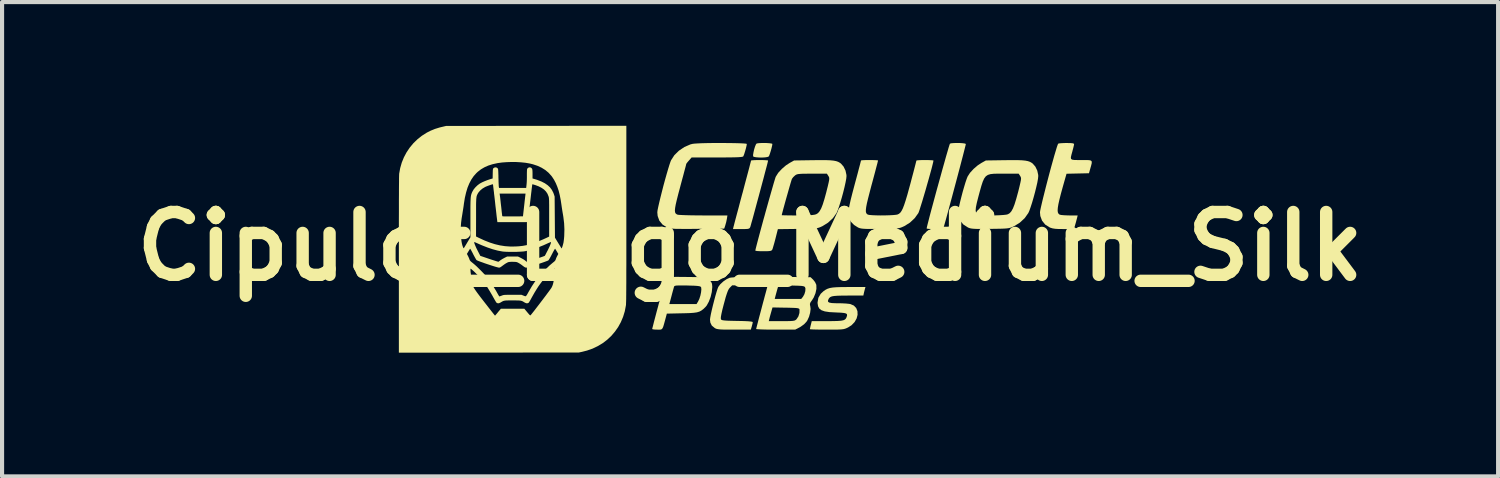
<source format=kicad_pcb>
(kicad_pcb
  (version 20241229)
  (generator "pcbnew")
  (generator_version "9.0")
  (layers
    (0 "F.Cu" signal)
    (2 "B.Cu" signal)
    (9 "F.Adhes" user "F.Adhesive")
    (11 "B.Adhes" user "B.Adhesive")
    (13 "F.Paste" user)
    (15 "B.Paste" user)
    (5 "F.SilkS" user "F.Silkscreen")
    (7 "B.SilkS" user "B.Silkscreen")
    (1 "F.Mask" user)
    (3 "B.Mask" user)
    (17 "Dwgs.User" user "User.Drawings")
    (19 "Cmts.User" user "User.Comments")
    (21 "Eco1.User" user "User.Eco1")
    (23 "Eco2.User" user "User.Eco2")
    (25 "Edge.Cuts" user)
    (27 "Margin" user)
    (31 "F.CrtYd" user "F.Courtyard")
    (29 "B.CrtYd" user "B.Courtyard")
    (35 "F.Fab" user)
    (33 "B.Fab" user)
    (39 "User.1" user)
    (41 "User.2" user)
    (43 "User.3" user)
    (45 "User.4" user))
  (footprint "Cipulot_Logo_Medium_Silk"
    (layer "F.Cu")
    (at 15.138 2.925)
    (property "Reference" "Cipulot_Logo_Medium_Silk" (at 0 0 0) (layer "F.SilkS") (effects (font (size 1.524 1.524) (thickness 0.3))))
    (attr board_only exclude_from_pos_files exclude_from_bom)
    (fp_poly (pts (xy 0.398 -2.507) (xy 0.467 -2.502) (xy 0.519 -2.495) (xy 0.541 -2.486) (xy 0.541 -2.485) (xy 0.535 -2.444) (xy 0.52 -2.38) (xy 0.5 -2.309) (xy 0.479 -2.242) (xy 0.461 -2.195) (xy 0.454 -2.182) (xy 0.422 -2.168) (xy 0.364 -2.159) (xy 0.29 -2.155) (xy 0.212 -2.156) (xy 0.142 -2.162) (xy 0.092 -2.172) (xy 0.074 -2.185) (xy 0.073 -2.221) (xy 0.083 -2.281) (xy 0.099 -2.352) (xy 0.12 -2.42) (xy 0.141 -2.471) (xy 0.155 -2.492) (xy 0.188 -2.501) (xy 0.247 -2.506) (xy 0.321 -2.508)) (stroke (width 0) (type solid)) (fill yes) (layer "F.SilkS"))
    (fp_poly (pts (xy 0.318 -2.093) (xy 0.386 -2.09) (xy 0.428 -2.086) (xy 0.437 -2.082) (xy 0.432 -2.058) (xy 0.418 -2) (xy 0.395 -1.912) (xy 0.365 -1.8) (xy 0.331 -1.669) (xy 0.292 -1.524) (xy 0.251 -1.371) (xy 0.209 -1.214) (xy 0.167 -1.06) (xy 0.127 -0.912) (xy 0.091 -0.778) (xy 0.059 -0.661) (xy 0.032 -0.567) (xy 0.014 -0.501) (xy 0.004 -0.468) (xy 0.003 -0.467) (xy -0.009 -0.445) (xy -0.028 -0.432) (xy -0.062 -0.424) (xy -0.122 -0.421) (xy -0.213 -0.42) (xy -0.215 -0.42) (xy -0.414 -0.42) (xy -0.401 -0.477) (xy -0.392 -0.509) (xy -0.375 -0.577) (xy -0.349 -0.675) (xy -0.316 -0.798) (xy -0.277 -0.943) (xy -0.235 -1.104) (xy -0.189 -1.276) (xy -0.181 -1.302) (xy -0.136 -1.474) (xy -0.094 -1.632) (xy -0.056 -1.774) (xy -0.024 -1.894) (xy 0.000297 -1.988) (xy 0.017 -2.052) (xy 0.024 -2.081) (xy 0.024 -2.082) (xy 0.043 -2.087) (xy 0.095 -2.091) (xy 0.171 -2.094) (xy 0.231 -2.094)) (stroke (width 0) (type solid)) (fill yes) (layer "F.SilkS"))
    (fp_poly (pts (xy 5.09 -2.507) (xy 5.16 -2.502) (xy 5.211 -2.494) (xy 5.232 -2.484) (xy 5.232 -2.483) (xy 5.227 -2.458) (xy 5.212 -2.398) (xy 5.189 -2.307) (xy 5.159 -2.19) (xy 5.123 -2.053) (xy 5.083 -1.899) (xy 5.039 -1.733) (xy 4.993 -1.56) (xy 4.946 -1.385) (xy 4.9 -1.212) (xy 4.855 -1.047) (xy 4.814 -0.893) (xy 4.777 -0.756) (xy 4.745 -0.64) (xy 4.719 -0.549) (xy 4.702 -0.49) (xy 4.695 -0.467) (xy 4.683 -0.445) (xy 4.664 -0.431) (xy 4.628 -0.424) (xy 4.569 -0.421) (xy 4.478 -0.42) (xy 4.394 -0.422) (xy 4.328 -0.425) (xy 4.288 -0.431) (xy 4.282 -0.435) (xy 4.287 -0.463) (xy 4.302 -0.526) (xy 4.326 -0.619) (xy 4.356 -0.737) (xy 4.393 -0.876) (xy 4.435 -1.031) (xy 4.48 -1.198) (xy 4.527 -1.371) (xy 4.576 -1.547) (xy 4.624 -1.721) (xy 4.67 -1.888) (xy 4.714 -2.043) (xy 4.753 -2.183) (xy 4.788 -2.302) (xy 4.815 -2.396) (xy 4.835 -2.46) (xy 4.846 -2.49) (xy 4.847 -2.492) (xy 4.881 -2.501) (xy 4.94 -2.506) (xy 5.013 -2.508)) (stroke (width 0) (type solid)) (fill yes) (layer "F.SilkS"))
    (fp_poly (pts (xy 0.239 0.738) (xy 0.308 0.741) (xy 0.348 0.745) (xy 0.355 0.749) (xy 0.35 0.774) (xy 0.338 0.825) (xy 0.332 0.852) (xy 0.309 0.944) (xy -0.063 0.944) (xy -0.434 0.944) (xy -0.49 1.001) (xy -0.514 1.031) (xy -0.537 1.075) (xy -0.561 1.139) (xy -0.59 1.228) (xy -0.623 1.35) (xy -0.636 1.397) (xy -0.672 1.536) (xy -0.695 1.639) (xy -0.708 1.711) (xy -0.709 1.754) (xy -0.705 1.769) (xy -0.692 1.781) (xy -0.666 1.79) (xy -0.621 1.796) (xy -0.552 1.801) (xy -0.453 1.804) (xy -0.319 1.807) (xy -0.31 1.807) (xy -0.159 1.81) (xy -0.048 1.815) (xy 0.025 1.822) (xy 0.061 1.831) (xy 0.065 1.836) (xy 0.06 1.869) (xy 0.046 1.923) (xy 0.042 1.939) (xy 0.018 2.018) (xy -0.387 2.018) (xy -0.529 2.018) (xy -0.635 2.017) (xy -0.713 2.014) (xy -0.768 2.008) (xy -0.808 2.001) (xy -0.837 1.99) (xy -0.858 1.978) (xy -0.928 1.92) (xy -0.963 1.848) (xy -0.972 1.775) (xy -0.966 1.728) (xy -0.952 1.651) (xy -0.93 1.551) (xy -0.903 1.438) (xy -0.873 1.321) (xy -0.843 1.208) (xy -0.814 1.108) (xy -0.789 1.03) (xy -0.77 0.982) (xy -0.77 0.982) (xy -0.721 0.916) (xy -0.648 0.849) (xy -0.566 0.793) (xy -0.495 0.761) (xy -0.455 0.755) (xy -0.386 0.749) (xy -0.294 0.744) (xy -0.187 0.74) (xy -0.073 0.738) (xy 0.041 0.736) (xy 0.147 0.736)) (stroke (width 0) (type solid)) (fill yes) (layer "F.SilkS"))
    (fp_poly (pts (xy 7.77 -2.506) (xy 7.827 -2.5) (xy 7.854 -2.489) (xy 7.857 -2.481) (xy 7.852 -2.45) (xy 7.838 -2.39) (xy 7.818 -2.316) (xy 7.816 -2.306) (xy 7.792 -2.22) (xy 7.779 -2.161) (xy 7.783 -2.124) (xy 7.808 -2.104) (xy 7.861 -2.096) (xy 7.946 -2.094) (xy 8.033 -2.094) (xy 8.145 -2.094) (xy 8.22 -2.092) (xy 8.266 -2.081) (xy 8.285 -2.059) (xy 8.285 -2.019) (xy 8.27 -1.958) (xy 8.253 -1.898) (xy 8.218 -1.774) (xy 7.946 -1.768) (xy 7.674 -1.762) (xy 7.643 -1.655) (xy 7.584 -1.447) (xy 7.537 -1.276) (xy 7.502 -1.137) (xy 7.477 -1.026) (xy 7.463 -0.941) (xy 7.458 -0.877) (xy 7.462 -0.831) (xy 7.475 -0.799) (xy 7.496 -0.778) (xy 7.506 -0.771) (xy 7.543 -0.762) (xy 7.609 -0.756) (xy 7.695 -0.752) (xy 7.744 -0.751) (xy 7.944 -0.751) (xy 7.93 -0.694) (xy 7.916 -0.641) (xy 7.897 -0.569) (xy 7.885 -0.529) (xy 7.854 -0.42) (xy 7.602 -0.421) (xy 7.485 -0.422) (xy 7.399 -0.427) (xy 7.336 -0.437) (xy 7.286 -0.452) (xy 7.268 -0.459) (xy 7.156 -0.53) (xy 7.08 -0.624) (xy 7.038 -0.738) (xy 7.03 -0.826) (xy 7.035 -0.865) (xy 7.05 -0.938) (xy 7.073 -1.038) (xy 7.102 -1.16) (xy 7.137 -1.299) (xy 7.175 -1.45) (xy 7.216 -1.608) (xy 7.258 -1.768) (xy 7.3 -1.924) (xy 7.341 -2.071) (xy 7.378 -2.204) (xy 7.412 -2.317) (xy 7.439 -2.407) (xy 7.46 -2.467) (xy 7.472 -2.492) (xy 7.472 -2.492) (xy 7.502 -2.499) (xy 7.563 -2.504) (xy 7.642 -2.507) (xy 7.676 -2.507)) (stroke (width 0) (type solid)) (fill yes) (layer "F.SilkS"))
    (fp_poly (pts (xy -1.644 0.74) (xy -1.547 0.741) (xy -1.051 0.747) (xy -0.984 0.815) (xy -0.943 0.862) (xy -0.923 0.907) (xy -0.917 0.969) (xy -0.917 0.991) (xy -0.928 1.106) (xy -0.957 1.227) (xy -1 1.34) (xy -1.051 1.433) (xy -1.082 1.47) (xy -1.133 1.519) (xy -1.18 1.555) (xy -1.229 1.581) (xy -1.289 1.599) (xy -1.366 1.61) (xy -1.467 1.617) (xy -1.601 1.621) (xy -1.653 1.622) (xy -2.018 1.63) (xy -2.052 1.757) (xy -2.081 1.863) (xy -2.102 1.936) (xy -2.121 1.982) (xy -2.142 2.007) (xy -2.169 2.017) (xy -2.209 2.019) (xy -2.251 2.018) (xy -2.316 2.016) (xy -2.36 2.01) (xy -2.373 2.002) (xy -2.368 1.979) (xy -2.353 1.921) (xy -2.331 1.833) (xy -2.301 1.72) (xy -2.266 1.586) (xy -2.226 1.438) (xy -2.216 1.398) (xy -1.957 1.398) (xy -1.627 1.398) (xy -1.298 1.398) (xy -1.26 1.335) (xy -1.23 1.272) (xy -1.205 1.194) (xy -1.188 1.113) (xy -1.181 1.042) (xy -1.186 0.994) (xy -1.189 0.988) (xy -1.203 0.974) (xy -1.231 0.965) (xy -1.279 0.958) (xy -1.353 0.953) (xy -1.458 0.95) (xy -1.521 0.948) (xy -1.642 0.947) (xy -1.727 0.947) (xy -1.784 0.949) (xy -1.818 0.955) (xy -1.836 0.964) (xy -1.844 0.978) (xy -1.844 0.979) (xy -1.854 1.015) (xy -1.872 1.079) (xy -1.894 1.161) (xy -1.906 1.207) (xy -1.957 1.398) (xy -2.216 1.398) (xy -2.208 1.37) (xy -2.167 1.217) (xy -2.13 1.078) (xy -2.098 0.956) (xy -2.072 0.858) (xy -2.053 0.787) (xy -2.044 0.749) (xy -2.043 0.744) (xy -2.023 0.742) (xy -1.967 0.74) (xy -1.882 0.74) (xy -1.772 0.739)) (stroke (width 0) (type solid)) (fill yes) (layer "F.SilkS"))
    (fp_poly (pts (xy 2.785 1.032) (xy 2.77 1.089) (xy 2.759 1.135) (xy 2.747 1.192) (xy 2.376 1.192) (xy 2.23 1.193) (xy 2.12 1.196) (xy 2.04 1.202) (xy 1.984 1.212) (xy 1.946 1.228) (xy 1.921 1.25) (xy 1.905 1.273) (xy 1.889 1.315) (xy 1.893 1.345) (xy 1.924 1.363) (xy 1.985 1.374) (xy 2.081 1.378) (xy 2.129 1.378) (xy 2.23 1.38) (xy 2.325 1.385) (xy 2.401 1.393) (xy 2.432 1.398) (xy 2.517 1.435) (xy 2.574 1.495) (xy 2.604 1.571) (xy 2.607 1.658) (xy 2.584 1.747) (xy 2.535 1.834) (xy 2.461 1.911) (xy 2.378 1.964) (xy 2.34 1.982) (xy 2.304 1.996) (xy 2.265 2.006) (xy 2.216 2.012) (xy 2.15 2.016) (xy 2.06 2.018) (xy 1.939 2.018) (xy 1.859 2.018) (xy 1.734 2.018) (xy 1.625 2.016) (xy 1.537 2.014) (xy 1.477 2.011) (xy 1.451 2.008) (xy 1.45 2.007) (xy 1.455 1.982) (xy 1.466 1.931) (xy 1.473 1.904) (xy 1.496 1.812) (xy 1.867 1.812) (xy 2.014 1.811) (xy 2.125 1.808) (xy 2.206 1.802) (xy 2.262 1.791) (xy 2.299 1.774) (xy 2.322 1.751) (xy 2.338 1.72) (xy 2.339 1.718) (xy 2.352 1.677) (xy 2.35 1.647) (xy 2.329 1.627) (xy 2.283 1.615) (xy 2.206 1.607) (xy 2.095 1.602) (xy 2.074 1.601) (xy 1.925 1.593) (xy 1.812 1.576) (xy 1.732 1.548) (xy 1.679 1.508) (xy 1.649 1.452) (xy 1.637 1.378) (xy 1.637 1.357) (xy 1.656 1.246) (xy 1.713 1.149) (xy 1.784 1.083) (xy 1.831 1.051) (xy 1.879 1.027) (xy 1.935 1.009) (xy 2.004 0.997) (xy 2.094 0.99) (xy 2.211 0.986) (xy 2.361 0.985) (xy 2.396 0.985) (xy 2.798 0.985)) (stroke (width 0) (type solid)) (fill yes) (layer "F.SilkS"))
    (fp_poly (pts (xy -0.63 -2.507) (xy -0.492 -2.506) (xy -0.364 -2.504) (xy -0.253 -2.501) (xy -0.165 -2.497) (xy -0.105 -2.492) (xy -0.08 -2.486) (xy -0.079 -2.485) (xy -0.085 -2.444) (xy -0.1 -2.38) (xy -0.12 -2.309) (xy -0.141 -2.242) (xy -0.159 -2.195) (xy -0.166 -2.182) (xy -0.183 -2.174) (xy -0.221 -2.168) (xy -0.285 -2.163) (xy -0.376 -2.16) (xy -0.5 -2.158) (xy -0.659 -2.157) (xy -0.803 -2.156) (xy -1.418 -2.156) (xy -1.482 -2.083) (xy -1.52 -2.039) (xy -1.543 -2.008) (xy -1.547 -2.002) (xy -1.552 -1.98) (xy -1.566 -1.924) (xy -1.589 -1.839) (xy -1.618 -1.729) (xy -1.653 -1.6) (xy -1.691 -1.458) (xy -1.692 -1.452) (xy -1.74 -1.274) (xy -1.776 -1.131) (xy -1.802 -1.02) (xy -1.817 -0.935) (xy -1.823 -0.873) (xy -1.819 -0.83) (xy -1.806 -0.801) (xy -1.784 -0.782) (xy -1.76 -0.77) (xy -1.727 -0.765) (xy -1.658 -0.761) (xy -1.559 -0.757) (xy -1.437 -0.754) (xy -1.296 -0.752) (xy -1.144 -0.751) (xy -1.129 -0.751) (xy -0.549 -0.751) (xy -0.562 -0.67) (xy -0.578 -0.592) (xy -0.6 -0.514) (xy -0.601 -0.51) (xy -0.627 -0.431) (xy -1.278 -0.426) (xy -1.461 -0.424) (xy -1.608 -0.424) (xy -1.723 -0.425) (xy -1.811 -0.426) (xy -1.877 -0.43) (xy -1.925 -0.435) (xy -1.962 -0.441) (xy -1.99 -0.45) (xy -2.012 -0.459) (xy -2.123 -0.53) (xy -2.2 -0.624) (xy -2.241 -0.738) (xy -2.249 -0.826) (xy -2.244 -0.873) (xy -2.228 -0.952) (xy -2.204 -1.058) (xy -2.174 -1.183) (xy -2.139 -1.322) (xy -2.102 -1.467) (xy -2.063 -1.611) (xy -2.024 -1.749) (xy -1.988 -1.873) (xy -1.956 -1.977) (xy -1.93 -2.054) (xy -1.915 -2.09) (xy -1.836 -2.212) (xy -1.725 -2.321) (xy -1.593 -2.41) (xy -1.448 -2.473) (xy -1.398 -2.486) (xy -1.351 -2.492) (xy -1.274 -2.497) (xy -1.171 -2.502) (xy -1.05 -2.505) (xy -0.915 -2.507) (xy -0.773 -2.507)) (stroke (width 0) (type solid)) (fill yes) (layer "F.SilkS"))
    (fp_poly (pts (xy 0.878 0.74) (xy 0.973 0.741) (xy 1.468 0.747) (xy 1.531 0.808) (xy 1.575 0.864) (xy 1.604 0.925) (xy 1.607 0.937) (xy 1.609 1.03) (xy 1.586 1.136) (xy 1.543 1.24) (xy 1.504 1.302) (xy 1.465 1.357) (xy 1.451 1.396) (xy 1.455 1.433) (xy 1.459 1.445) (xy 1.468 1.516) (xy 1.457 1.606) (xy 1.431 1.703) (xy 1.391 1.791) (xy 1.372 1.821) (xy 1.31 1.888) (xy 1.227 1.948) (xy 1.205 1.961) (xy 1.094 2.018) (xy 0.621 2.018) (xy 0.486 2.018) (xy 0.366 2.016) (xy 0.267 2.013) (xy 0.195 2.009) (xy 0.154 2.005) (xy 0.148 2.002) (xy 0.153 1.979) (xy 0.168 1.921) (xy 0.191 1.833) (xy 0.196 1.812) (xy 0.454 1.812) (xy 0.767 1.812) (xy 0.887 1.812) (xy 0.973 1.81) (xy 1.032 1.806) (xy 1.072 1.8) (xy 1.098 1.789) (xy 1.119 1.773) (xy 1.129 1.762) (xy 1.172 1.697) (xy 1.197 1.614) (xy 1.199 1.534) (xy 1.199 1.53) (xy 1.193 1.515) (xy 1.177 1.505) (xy 1.146 1.497) (xy 1.094 1.492) (xy 1.014 1.489) (xy 0.9 1.486) (xy 0.868 1.486) (xy 0.544 1.48) (xy 0.513 1.589) (xy 0.492 1.663) (xy 0.474 1.729) (xy 0.468 1.755) (xy 0.454 1.812) (xy 0.196 1.812) (xy 0.22 1.72) (xy 0.256 1.586) (xy 0.295 1.438) (xy 0.313 1.37) (xy 0.339 1.274) (xy 0.598 1.274) (xy 0.919 1.274) (xy 1.24 1.274) (xy 1.283 1.221) (xy 1.318 1.158) (xy 1.339 1.086) (xy 1.343 1.021) (xy 1.332 0.987) (xy 1.317 0.974) (xy 1.288 0.964) (xy 1.239 0.957) (xy 1.162 0.953) (xy 1.053 0.95) (xy 1 0.948) (xy 0.689 0.943) (xy 0.657 1.052) (xy 0.637 1.125) (xy 0.619 1.191) (xy 0.612 1.218) (xy 0.598 1.274) (xy 0.339 1.274) (xy 0.354 1.217) (xy 0.392 1.078) (xy 0.424 0.956) (xy 0.45 0.858) (xy 0.468 0.787) (xy 0.478 0.749) (xy 0.479 0.744) (xy 0.499 0.742) (xy 0.554 0.74) (xy 0.639 0.74) (xy 0.749 0.739)) (stroke (width 0) (type solid)) (fill yes) (layer "F.SilkS"))
    (fp_poly (pts (xy 6.489 -2.092) (xy 6.594 -2.088) (xy 6.675 -2.08) (xy 6.737 -2.068) (xy 6.786 -2.051) (xy 6.827 -2.028) (xy 6.854 -2.008) (xy 6.917 -1.936) (xy 6.964 -1.839) (xy 6.987 -1.733) (xy 6.988 -1.702) (xy 6.982 -1.641) (xy 6.966 -1.55) (xy 6.94 -1.437) (xy 6.909 -1.312) (xy 6.874 -1.183) (xy 6.838 -1.059) (xy 6.802 -0.949) (xy 6.771 -0.861) (xy 6.747 -0.809) (xy 6.659 -0.685) (xy 6.54 -0.575) (xy 6.401 -0.489) (xy 6.393 -0.486) (xy 6.354 -0.468) (xy 6.317 -0.454) (xy 6.277 -0.444) (xy 6.228 -0.437) (xy 6.162 -0.432) (xy 6.074 -0.429) (xy 5.957 -0.427) (xy 5.821 -0.425) (xy 5.67 -0.424) (xy 5.554 -0.423) (xy 5.467 -0.425) (xy 5.404 -0.429) (xy 5.357 -0.435) (xy 5.321 -0.444) (xy 5.29 -0.456) (xy 5.284 -0.459) (xy 5.172 -0.531) (xy 5.095 -0.624) (xy 5.054 -0.739) (xy 5.046 -0.828) (xy 5.051 -0.872) (xy 5.47 -0.872) (xy 5.479 -0.819) (xy 5.501 -0.785) (xy 5.518 -0.772) (xy 5.556 -0.763) (xy 5.626 -0.756) (xy 5.719 -0.752) (xy 5.827 -0.751) (xy 5.939 -0.752) (xy 6.047 -0.756) (xy 6.142 -0.762) (xy 6.215 -0.77) (xy 6.253 -0.78) (xy 6.297 -0.807) (xy 6.337 -0.853) (xy 6.375 -0.922) (xy 6.413 -1.019) (xy 6.453 -1.148) (xy 6.498 -1.312) (xy 6.506 -1.342) (xy 6.535 -1.46) (xy 6.555 -1.546) (xy 6.567 -1.605) (xy 6.571 -1.645) (xy 6.567 -1.673) (xy 6.557 -1.695) (xy 6.549 -1.709) (xy 6.513 -1.764) (xy 6.153 -1.764) (xy 6.019 -1.764) (xy 5.913 -1.762) (xy 5.83 -1.753) (xy 5.767 -1.734) (xy 5.717 -1.7) (xy 5.677 -1.647) (xy 5.642 -1.57) (xy 5.608 -1.466) (xy 5.57 -1.331) (xy 5.532 -1.189) (xy 5.497 -1.051) (xy 5.476 -0.947) (xy 5.47 -0.872) (xy 5.051 -0.872) (xy 5.052 -0.882) (xy 5.068 -0.967) (xy 5.092 -1.074) (xy 5.122 -1.194) (xy 5.155 -1.32) (xy 5.19 -1.441) (xy 5.223 -1.551) (xy 5.253 -1.639) (xy 5.275 -1.694) (xy 5.333 -1.784) (xy 5.419 -1.878) (xy 5.52 -1.965) (xy 5.612 -2.025) (xy 5.718 -2.084) (xy 6.183 -2.091) (xy 6.354 -2.092)) (stroke (width 0) (type solid)) (fill yes) (layer "F.SilkS"))
    (fp_poly (pts (xy 4.327 -2.093) (xy 4.396 -2.09) (xy 4.438 -2.086) (xy 4.447 -2.082) (xy 4.441 -2.047) (xy 4.425 -1.98) (xy 4.401 -1.885) (xy 4.369 -1.769) (xy 4.333 -1.638) (xy 4.293 -1.499) (xy 4.253 -1.357) (xy 4.212 -1.219) (xy 4.174 -1.091) (xy 4.139 -0.98) (xy 4.111 -0.89) (xy 4.09 -0.83) (xy 4.08 -0.807) (xy 3.993 -0.686) (xy 3.877 -0.577) (xy 3.741 -0.492) (xy 3.727 -0.486) (xy 3.687 -0.468) (xy 3.651 -0.454) (xy 3.611 -0.444) (xy 3.562 -0.437) (xy 3.496 -0.432) (xy 3.408 -0.429) (xy 3.291 -0.427) (xy 3.155 -0.425) (xy 3.004 -0.424) (xy 2.888 -0.423) (xy 2.801 -0.425) (xy 2.738 -0.429) (xy 2.691 -0.435) (xy 2.655 -0.444) (xy 2.624 -0.456) (xy 2.618 -0.459) (xy 2.522 -0.519) (xy 2.445 -0.599) (xy 2.402 -0.675) (xy 2.389 -0.719) (xy 2.383 -0.769) (xy 2.385 -0.832) (xy 2.394 -0.91) (xy 2.413 -1.009) (xy 2.441 -1.134) (xy 2.48 -1.288) (xy 2.53 -1.477) (xy 2.535 -1.496) (xy 2.575 -1.644) (xy 2.611 -1.778) (xy 2.641 -1.894) (xy 2.666 -1.987) (xy 2.682 -2.051) (xy 2.69 -2.082) (xy 2.69 -2.083) (xy 2.709 -2.088) (xy 2.761 -2.092) (xy 2.837 -2.094) (xy 2.897 -2.094) (xy 2.984 -2.093) (xy 3.052 -2.091) (xy 3.095 -2.087) (xy 3.104 -2.083) (xy 3.098 -2.061) (xy 3.084 -2.004) (xy 3.061 -1.918) (xy 3.032 -1.807) (xy 2.997 -1.676) (xy 2.958 -1.531) (xy 2.947 -1.492) (xy 2.899 -1.309) (xy 2.861 -1.161) (xy 2.833 -1.044) (xy 2.816 -0.955) (xy 2.808 -0.889) (xy 2.808 -0.841) (xy 2.817 -0.808) (xy 2.834 -0.786) (xy 2.856 -0.771) (xy 2.893 -0.763) (xy 2.962 -0.757) (xy 3.054 -0.753) (xy 3.16 -0.751) (xy 3.271 -0.752) (xy 3.378 -0.755) (xy 3.471 -0.76) (xy 3.542 -0.767) (xy 3.576 -0.774) (xy 3.611 -0.791) (xy 3.643 -0.818) (xy 3.673 -0.86) (xy 3.704 -0.921) (xy 3.736 -1.004) (xy 3.772 -1.113) (xy 3.814 -1.253) (xy 3.862 -1.428) (xy 3.887 -1.519) (xy 3.925 -1.664) (xy 3.96 -1.795) (xy 3.989 -1.907) (xy 4.012 -1.996) (xy 4.027 -2.056) (xy 4.034 -2.082) (xy 4.034 -2.082) (xy 4.053 -2.087) (xy 4.105 -2.091) (xy 4.18 -2.094) (xy 4.24 -2.094)) (stroke (width 0) (type solid)) (fill yes) (layer "F.SilkS"))
    (fp_poly (pts (xy 1.839 -2.092) (xy 1.944 -2.088) (xy 2.025 -2.08) (xy 2.087 -2.068) (xy 2.136 -2.051) (xy 2.177 -2.028) (xy 2.204 -2.008) (xy 2.267 -1.936) (xy 2.314 -1.839) (xy 2.337 -1.733) (xy 2.338 -1.702) (xy 2.332 -1.641) (xy 2.315 -1.55) (xy 2.29 -1.437) (xy 2.259 -1.312) (xy 2.224 -1.183) (xy 2.187 -1.059) (xy 2.152 -0.949) (xy 2.12 -0.861) (xy 2.097 -0.809) (xy 2.009 -0.685) (xy 1.89 -0.575) (xy 1.751 -0.489) (xy 1.743 -0.486) (xy 1.704 -0.468) (xy 1.668 -0.454) (xy 1.629 -0.444) (xy 1.581 -0.437) (xy 1.517 -0.432) (xy 1.431 -0.429) (xy 1.317 -0.427) (xy 1.168 -0.424) (xy 1.15 -0.424) (xy 0.674 -0.418) (xy 0.615 -0.186) (xy 0.59 -0.091) (xy 0.566 -0.008) (xy 0.548 0.053) (xy 0.537 0.081) (xy 0.522 0.098) (xy 0.494 0.109) (xy 0.444 0.115) (xy 0.364 0.117) (xy 0.323 0.117) (xy 0.239 0.116) (xy 0.173 0.112) (xy 0.134 0.106) (xy 0.128 0.102) (xy 0.133 0.072) (xy 0.149 0.008) (xy 0.173 -0.085) (xy 0.204 -0.203) (xy 0.241 -0.341) (xy 0.282 -0.493) (xy 0.326 -0.655) (xy 0.355 -0.757) (xy 0.768 -0.757) (xy 0.788 -0.755) (xy 0.842 -0.754) (xy 0.925 -0.752) (xy 1.03 -0.751) (xy 1.151 -0.751) (xy 1.151 -0.751) (xy 1.306 -0.752) (xy 1.424 -0.755) (xy 1.51 -0.761) (xy 1.57 -0.77) (xy 1.603 -0.78) (xy 1.647 -0.807) (xy 1.686 -0.853) (xy 1.725 -0.922) (xy 1.763 -1.019) (xy 1.803 -1.148) (xy 1.848 -1.312) (xy 1.855 -1.342) (xy 1.885 -1.46) (xy 1.905 -1.546) (xy 1.917 -1.605) (xy 1.92 -1.645) (xy 1.917 -1.673) (xy 1.907 -1.695) (xy 1.898 -1.709) (xy 1.863 -1.764) (xy 1.504 -1.764) (xy 1.373 -1.763) (xy 1.277 -1.762) (xy 1.208 -1.758) (xy 1.161 -1.753) (xy 1.129 -1.744) (xy 1.105 -1.731) (xy 1.091 -1.721) (xy 1.046 -1.679) (xy 1.016 -1.639) (xy 1.006 -1.612) (xy 0.988 -1.553) (xy 0.963 -1.468) (xy 0.934 -1.366) (xy 0.902 -1.253) (xy 0.869 -1.137) (xy 0.838 -1.025) (xy 0.81 -0.923) (xy 0.788 -0.84) (xy 0.773 -0.782) (xy 0.768 -0.757) (xy 0.355 -0.757) (xy 0.372 -0.82) (xy 0.418 -0.985) (xy 0.463 -1.145) (xy 0.505 -1.293) (xy 0.543 -1.426) (xy 0.575 -1.537) (xy 0.601 -1.623) (xy 0.618 -1.677) (xy 0.625 -1.693) (xy 0.683 -1.785) (xy 0.77 -1.879) (xy 0.871 -1.966) (xy 0.962 -2.025) (xy 1.068 -2.084) (xy 1.533 -2.091) (xy 1.704 -2.092)) (stroke (width 0) (type solid)) (fill yes) (layer "F.SilkS"))
    (fp_poly (pts (xy -3 -0.785) (xy -3 -0.567) (xy -3 -0.364) (xy -3 -0.175) (xy -3 0) (xy -3 0.162) (xy -3 0.311) (xy -3 0.449) (xy -3.001 0.574) (xy -3.001 0.689) (xy -3.001 0.793) (xy -3.001 0.887) (xy -3.002 0.971) (xy -3.002 1.047) (xy -3.003 1.114) (xy -3.003 1.173) (xy -3.004 1.224) (xy -3.004 1.269) (xy -3.005 1.307) (xy -3.006 1.339) (xy -3.007 1.366) (xy -3.008 1.388) (xy -3.008 1.406) (xy -3.009 1.42) (xy -3.011 1.43) (xy -3.011 1.433) (xy -3.038 1.574) (xy -3.079 1.708) (xy -3.133 1.836) (xy -3.199 1.956) (xy -3.277 2.067) (xy -3.365 2.17) (xy -3.464 2.263) (xy -3.573 2.346) (xy -3.691 2.417) (xy -3.818 2.478) (xy -3.952 2.525) (xy -4.069 2.555) (xy -4.152 2.573) (xy -6.334 2.575) (xy -8.516 2.577) (xy -8.516 0.549) (xy -6.78 0.549) (xy -6.78 0.571) (xy -6.778 0.602) (xy -6.775 0.641) (xy -6.771 0.684) (xy -6.767 0.729) (xy -6.762 0.773) (xy -6.758 0.814) (xy -6.753 0.849) (xy -6.749 0.875) (xy -6.747 0.884) (xy -6.74 0.908) (xy -6.733 0.932) (xy -6.723 0.956) (xy -6.71 0.982) (xy -6.693 1.011) (xy -6.672 1.044) (xy -6.646 1.082) (xy -6.614 1.127) (xy -6.575 1.179) (xy -6.529 1.24) (xy -6.474 1.311) (xy -6.432 1.365) (xy -6.385 1.425) (xy -6.341 1.482) (xy -6.301 1.533) (xy -6.265 1.579) (xy -6.235 1.617) (xy -6.211 1.647) (xy -6.194 1.668) (xy -6.186 1.678) (xy -6.185 1.679) (xy -6.179 1.674) (xy -6.166 1.658) (xy -6.146 1.636) (xy -6.122 1.607) (xy -6.113 1.595) (xy -6.043 1.512) (xy -5.758 1.512) (xy -5.473 1.512) (xy -5.403 1.596) (xy -5.375 1.629) (xy -5.355 1.652) (xy -5.34 1.666) (xy -5.331 1.672) (xy -5.325 1.671) (xy -5.323 1.67) (xy -5.312 1.657) (xy -5.293 1.634) (xy -5.267 1.601) (xy -5.235 1.561) (xy -5.199 1.514) (xy -5.16 1.463) (xy -5.118 1.409) (xy -5.075 1.352) (xy -5.032 1.296) (xy -4.99 1.24) (xy -4.949 1.186) (xy -4.913 1.137) (xy -4.88 1.093) (xy -4.853 1.056) (xy -4.832 1.027) (xy -4.819 1.008) (xy -4.815 1.002) (xy -4.796 0.963) (xy -4.782 0.924) (xy -4.771 0.883) (xy -4.762 0.834) (xy -4.755 0.775) (xy -4.754 0.77) (xy -4.747 0.7) (xy -4.742 0.644) (xy -4.738 0.602) (xy -4.737 0.571) (xy -4.737 0.55) (xy -4.739 0.54) (xy -4.742 0.538) (xy -4.749 0.543) (xy -4.766 0.557) (xy -4.79 0.58) (xy -4.82 0.608) (xy -4.854 0.641) (xy -4.874 0.661) (xy -4.934 0.722) (xy -4.988 0.782) (xy -5.038 0.841) (xy -5.086 0.904) (xy -5.133 0.97) (xy -5.18 1.044) (xy -5.23 1.126) (xy -5.283 1.22) (xy -5.308 1.265) (xy -5.327 1.3) (xy -5.345 1.33) (xy -5.359 1.352) (xy -5.368 1.365) (xy -5.369 1.367) (xy -5.395 1.378) (xy -5.425 1.378) (xy -5.457 1.366) (xy -5.461 1.364) (xy -5.486 1.348) (xy -5.507 1.336) (xy -5.526 1.326) (xy -5.546 1.32) (xy -5.568 1.315) (xy -5.595 1.312) (xy -5.629 1.311) (xy -5.673 1.31) (xy -5.729 1.31) (xy -5.758 1.31) (xy -5.819 1.31) (xy -5.868 1.31) (xy -5.906 1.311) (xy -5.935 1.313) (xy -5.959 1.317) (xy -5.979 1.322) (xy -5.998 1.33) (xy -6.018 1.341) (xy -6.042 1.355) (xy -6.057 1.364) (xy -6.09 1.378) (xy -6.12 1.379) (xy -6.145 1.367) (xy -6.152 1.361) (xy -6.159 1.351) (xy -6.172 1.329) (xy -6.19 1.299) (xy -6.211 1.261) (xy -6.235 1.22) (xy -6.241 1.207) (xy -6.304 1.099) (xy -6.363 1.002) (xy -6.422 0.916) (xy -6.482 0.836) (xy -6.545 0.761) (xy -6.606 0.695) (xy -6.642 0.659) (xy -6.676 0.625) (xy -6.708 0.595) (xy -6.737 0.57) (xy -6.759 0.551) (xy -6.774 0.541) (xy -6.779 0.54) (xy -6.78 0.549) (xy -8.516 0.549) (xy -8.516 0.441) (xy -8.516 0.19) (xy -8.516 0.182) (xy -6.866 0.182) (xy -6.84 0.232) (xy -6.825 0.263) (xy -6.812 0.293) (xy -6.804 0.315) (xy -6.798 0.331) (xy -6.789 0.345) (xy -6.774 0.362) (xy -6.751 0.382) (xy -6.721 0.406) (xy -6.679 0.441) (xy -6.631 0.484) (xy -6.58 0.534) (xy -6.527 0.586) (xy -6.477 0.638) (xy -6.43 0.688) (xy -6.392 0.733) (xy -6.371 0.758) (xy -6.257 0.918) (xy -6.157 1.082) (xy -6.132 1.127) (xy -6.113 1.161) (xy -6.099 1.185) (xy -6.089 1.2) (xy -6.082 1.209) (xy -6.077 1.213) (xy -6.073 1.213) (xy -6.068 1.211) (xy -6.068 1.211) (xy -6.054 1.205) (xy -6.031 1.197) (xy -6.013 1.19) (xy -6 1.185) (xy -5.986 1.181) (xy -5.971 1.178) (xy -5.951 1.176) (xy -5.925 1.175) (xy -5.89 1.174) (xy -5.846 1.173) (xy -5.789 1.173) (xy -5.758 1.173) (xy -5.545 1.173) (xy -5.492 1.194) (xy -5.472 1.202) (xy -5.457 1.207) (xy -5.446 1.209) (xy -5.435 1.205) (xy -5.425 1.194) (xy -5.412 1.176) (xy -5.395 1.147) (xy -5.374 1.108) (xy -5.361 1.086) (xy -5.29 0.965) (xy -5.218 0.856) (xy -5.143 0.755) (xy -5.108 0.713) (xy -5.064 0.665) (xy -5.015 0.612) (xy -4.962 0.559) (xy -4.908 0.507) (xy -4.858 0.459) (xy -4.812 0.42) (xy -4.791 0.402) (xy -4.76 0.377) (xy -4.738 0.358) (xy -4.725 0.342) (xy -4.716 0.327) (xy -4.712 0.315) (xy -4.704 0.292) (xy -4.691 0.261) (xy -4.676 0.232) (xy -4.65 0.182) (xy -4.686 0.122) (xy -4.702 0.095) (xy -4.716 0.073) (xy -4.725 0.058) (xy -4.728 0.056) (xy -4.732 0.06) (xy -4.743 0.076) (xy -4.758 0.102) (xy -4.777 0.136) (xy -4.797 0.176) (xy -4.803 0.186) (xy -4.825 0.229) (xy -4.846 0.268) (xy -4.865 0.301) (xy -4.88 0.325) (xy -4.89 0.338) (xy -4.891 0.339) (xy -4.903 0.345) (xy -4.928 0.355) (xy -4.963 0.368) (xy -5.007 0.384) (xy -5.056 0.401) (xy -5.11 0.419) (xy -5.165 0.437) (xy -5.221 0.455) (xy -5.274 0.472) (xy -5.322 0.487) (xy -5.364 0.499) (xy -5.397 0.509) (xy -5.42 0.514) (xy -5.428 0.515) (xy -5.443 0.513) (xy -5.46 0.506) (xy -5.481 0.493) (xy -5.51 0.471) (xy -5.517 0.466) (xy -5.549 0.442) (xy -5.582 0.42) (xy -5.612 0.402) (xy -5.623 0.396) (xy -5.643 0.386) (xy -5.66 0.38) (xy -5.68 0.377) (xy -5.704 0.375) (xy -5.739 0.374) (xy -5.758 0.374) (xy -5.798 0.374) (xy -5.826 0.376) (xy -5.848 0.378) (xy -5.865 0.383) (xy -5.884 0.391) (xy -5.893 0.396) (xy -5.919 0.41) (xy -5.951 0.431) (xy -5.984 0.455) (xy -5.999 0.466) (xy -6.03 0.489) (xy -6.052 0.504) (xy -6.07 0.512) (xy -6.085 0.515) (xy -6.088 0.515) (xy -6.104 0.512) (xy -6.132 0.505) (xy -6.169 0.495) (xy -6.215 0.481) (xy -6.265 0.465) (xy -6.32 0.447) (xy -6.375 0.429) (xy -6.431 0.41) (xy -6.483 0.391) (xy -6.531 0.374) (xy -6.572 0.359) (xy -6.604 0.346) (xy -6.626 0.336) (xy -6.633 0.331) (xy -6.642 0.319) (xy -6.656 0.295) (xy -6.674 0.263) (xy -6.695 0.225) (xy -6.717 0.183) (xy -6.717 0.181) (xy -6.738 0.141) (xy -6.756 0.107) (xy -6.772 0.079) (xy -6.783 0.062) (xy -6.789 0.056) (xy -6.789 0.056) (xy -6.795 0.065) (xy -6.807 0.084) (xy -6.822 0.109) (xy -6.83 0.122) (xy -6.866 0.182) (xy -8.516 0.182) (xy -8.516 -0.046) (xy -8.516 -0.267) (xy -8.516 -0.386) (xy -7.016 -0.386) (xy -7.013 -0.29) (xy -7.01 -0.254) (xy -7.004 -0.178) (xy -6.996 -0.115) (xy -6.986 -0.063) (xy -6.974 -0.018) (xy -6.963 0.011) (xy -6.954 0.033) (xy -6.947 0.043) (xy -6.942 0.043) (xy -6.938 0.038) (xy -6.931 0.027) (xy -6.918 0.006) (xy -6.9 -0.024) (xy -6.878 -0.06) (xy -6.857 -0.095) (xy -6.689 -0.095) (xy -6.684 -0.072) (xy -6.672 -0.04) (xy -6.655 0.001) (xy -6.634 0.048) (xy -6.608 0.099) (xy -6.607 0.102) (xy -6.541 0.229) (xy -6.324 0.303) (xy -6.27 0.321) (xy -6.22 0.337) (xy -6.176 0.351) (xy -6.141 0.362) (xy -6.115 0.369) (xy -6.102 0.372) (xy -6.1 0.372) (xy -6.091 0.365) (xy -6.073 0.352) (xy -6.056 0.338) (xy -6.032 0.322) (xy -6 0.302) (xy -5.965 0.283) (xy -5.954 0.277) (xy -5.889 0.245) (xy -5.759 0.245) (xy -5.629 0.245) (xy -5.564 0.276) (xy -5.529 0.295) (xy -5.492 0.316) (xy -5.461 0.337) (xy -5.455 0.342) (xy -5.411 0.376) (xy -5.298 0.339) (xy -5.21 0.31) (xy -5.136 0.285) (xy -5.076 0.265) (xy -5.03 0.249) (xy -4.998 0.237) (xy -4.981 0.23) (xy -4.977 0.228) (xy -4.972 0.219) (xy -4.961 0.2) (xy -4.946 0.171) (xy -4.928 0.135) (xy -4.907 0.096) (xy -4.881 0.042) (xy -4.858 -0.006) (xy -4.842 -0.046) (xy -4.831 -0.077) (xy -4.827 -0.098) (xy -4.828 -0.106) (xy -4.836 -0.104) (xy -4.854 -0.097) (xy -4.881 -0.086) (xy -4.912 -0.072) (xy -5.011 -0.027) (xy -5.114 0.014) (xy -5.215 0.05) (xy -5.312 0.081) (xy -5.401 0.105) (xy -5.453 0.116) (xy -5.49 0.122) (xy -5.538 0.126) (xy -5.596 0.129) (xy -5.66 0.132) (xy -5.727 0.133) (xy -5.795 0.133) (xy -5.86 0.132) (xy -5.919 0.13) (xy -5.97 0.127) (xy -6.006 0.123) (xy -6.118 0.102) (xy -6.238 0.07) (xy -6.366 0.027) (xy -6.501 -0.026) (xy -6.579 -0.06) (xy -6.616 -0.077) (xy -6.648 -0.091) (xy -6.672 -0.101) (xy -6.686 -0.106) (xy -6.688 -0.106) (xy -6.689 -0.095) (xy -6.857 -0.095) (xy -6.855 -0.099) (xy -6.781 -0.222) (xy -6.781 -0.241) (xy -6.645 -0.241) (xy -6.578 -0.208) (xy -6.442 -0.145) (xy -6.312 -0.094) (xy -6.187 -0.054) (xy -6.065 -0.025) (xy -5.942 -0.006) (xy -5.817 0.003) (xy -5.688 0.002) (xy -5.604 -0.003) (xy -5.515 -0.013) (xy -5.425 -0.029) (xy -5.331 -0.053) (xy -5.233 -0.085) (xy -5.127 -0.124) (xy -5.012 -0.173) (xy -4.946 -0.203) (xy -4.872 -0.238) (xy -4.872 -0.702) (xy -4.872 -0.798) (xy -4.872 -0.879) (xy -4.872 -0.949) (xy -4.872 -1.006) (xy -4.873 -1.054) (xy -4.873 -1.092) (xy -4.874 -1.123) (xy -4.876 -1.148) (xy -4.877 -1.167) (xy -4.879 -1.182) (xy -4.881 -1.194) (xy -4.884 -1.205) (xy -4.887 -1.214) (xy -4.912 -1.276) (xy -4.949 -1.331) (xy -4.996 -1.379) (xy -5.057 -1.421) (xy -5.13 -1.458) (xy -5.208 -1.487) (xy -5.238 -1.496) (xy -5.262 -1.503) (xy -5.277 -1.506) (xy -5.28 -1.506) (xy -5.282 -1.499) (xy -5.285 -1.477) (xy -5.289 -1.443) (xy -5.295 -1.397) (xy -5.301 -1.342) (xy -5.309 -1.278) (xy -5.317 -1.207) (xy -5.326 -1.13) (xy -5.336 -1.049) (xy -5.336 -1.048) (xy -5.345 -0.966) (xy -5.354 -0.889) (xy -5.362 -0.818) (xy -5.37 -0.755) (xy -5.376 -0.7) (xy -5.381 -0.654) (xy -5.385 -0.62) (xy -5.388 -0.598) (xy -5.389 -0.59) (xy -5.389 -0.59) (xy -5.396 -0.59) (xy -5.417 -0.59) (xy -5.451 -0.589) (xy -5.495 -0.589) (xy -5.549 -0.589) (xy -5.61 -0.589) (xy -5.678 -0.589) (xy -5.751 -0.589) (xy -5.758 -0.589) (xy -6.126 -0.589) (xy -6.131 -0.613) (xy -6.132 -0.626) (xy -6.135 -0.652) (xy -6.14 -0.69) (xy -6.146 -0.738) (xy -6.152 -0.794) (xy -6.159 -0.857) (xy -6.167 -0.925) (xy -6.173 -0.973) (xy -6.184 -1.076) (xy -6.194 -1.166) (xy -6.203 -1.242) (xy -6.208 -1.281) (xy -6.074 -1.281) (xy -6.07 -1.264) (xy -6.069 -1.252) (xy -6.066 -1.228) (xy -6.061 -1.192) (xy -6.056 -1.146) (xy -6.05 -1.093) (xy -6.044 -1.035) (xy -6.039 -0.996) (xy -6.032 -0.935) (xy -6.026 -0.879) (xy -6.021 -0.83) (xy -6.016 -0.789) (xy -6.012 -0.758) (xy -6.01 -0.74) (xy -6.009 -0.735) (xy -6.005 -0.732) (xy -5.994 -0.73) (xy -5.975 -0.728) (xy -5.946 -0.727) (xy -5.907 -0.727) (xy -5.856 -0.727) (xy -5.791 -0.727) (xy -5.757 -0.727) (xy -5.507 -0.729) (xy -5.479 -0.977) (xy -5.472 -1.038) (xy -5.466 -1.095) (xy -5.46 -1.146) (xy -5.455 -1.19) (xy -5.451 -1.224) (xy -5.448 -1.246) (xy -5.448 -1.252) (xy -5.444 -1.281) (xy -5.759 -1.281) (xy -6.074 -1.281) (xy -6.208 -1.281) (xy -6.21 -1.306) (xy -6.217 -1.359) (xy -6.222 -1.402) (xy -6.226 -1.436) (xy -6.229 -1.462) (xy -6.231 -1.481) (xy -6.233 -1.494) (xy -6.235 -1.502) (xy -6.236 -1.506) (xy -6.236 -1.507) (xy -6.245 -1.506) (xy -6.264 -1.501) (xy -6.291 -1.492) (xy -6.323 -1.481) (xy -6.356 -1.469) (xy -6.387 -1.457) (xy -6.413 -1.446) (xy -6.424 -1.441) (xy -6.489 -1.402) (xy -6.544 -1.356) (xy -6.587 -1.306) (xy -6.607 -1.273) (xy -6.614 -1.258) (xy -6.621 -1.244) (xy -6.626 -1.229) (xy -6.631 -1.213) (xy -6.634 -1.194) (xy -6.637 -1.17) (xy -6.64 -1.141) (xy -6.641 -1.106) (xy -6.643 -1.062) (xy -6.644 -1.009) (xy -6.644 -0.946) (xy -6.644 -0.871) (xy -6.644 -0.783) (xy -6.644 -0.702) (xy -6.645 -0.241) (xy -6.781 -0.241) (xy -6.781 -0.691) (xy -6.781 -0.794) (xy -6.781 -0.884) (xy -6.781 -0.961) (xy -6.78 -1.026) (xy -6.779 -1.082) (xy -6.777 -1.128) (xy -6.775 -1.167) (xy -6.772 -1.199) (xy -6.768 -1.226) (xy -6.763 -1.25) (xy -6.757 -1.271) (xy -6.75 -1.29) (xy -6.742 -1.31) (xy -6.732 -1.33) (xy -6.73 -1.334) (xy -6.7 -1.385) (xy -6.657 -1.436) (xy -6.607 -1.484) (xy -6.553 -1.524) (xy -6.542 -1.53) (xy -6.493 -1.556) (xy -6.434 -1.582) (xy -6.37 -1.607) (xy -6.305 -1.629) (xy -6.297 -1.631) (xy -6.242 -1.647) (xy -6.24 -1.765) (xy -6.239 -1.809) (xy -6.238 -1.842) (xy -6.236 -1.864) (xy -6.233 -1.879) (xy -6.229 -1.889) (xy -6.223 -1.896) (xy -6.22 -1.899) (xy -6.196 -1.913) (xy -6.168 -1.917) (xy -6.14 -1.909) (xy -6.123 -1.896) (xy -6.118 -1.889) (xy -6.114 -1.882) (xy -6.111 -1.872) (xy -6.108 -1.857) (xy -6.107 -1.835) (xy -6.105 -1.806) (xy -6.104 -1.766) (xy -6.102 -1.713) (xy -6.102 -1.675) (xy -6.1 -1.62) (xy -6.099 -1.568) (xy -6.097 -1.523) (xy -6.095 -1.485) (xy -6.094 -1.459) (xy -6.092 -1.446) (xy -6.087 -1.418) (xy -5.758 -1.418) (xy -5.429 -1.418) (xy -5.421 -1.49) (xy -5.418 -1.521) (xy -5.415 -1.563) (xy -5.413 -1.612) (xy -5.412 -1.665) (xy -5.412 -1.717) (xy -5.412 -1.77) (xy -5.411 -1.81) (xy -5.41 -1.839) (xy -5.409 -1.859) (xy -5.406 -1.873) (xy -5.403 -1.883) (xy -5.398 -1.89) (xy -5.397 -1.892) (xy -5.373 -1.911) (xy -5.346 -1.918) (xy -5.319 -1.913) (xy -5.296 -1.896) (xy -5.287 -1.883) (xy -5.281 -1.869) (xy -5.278 -1.848) (xy -5.276 -1.819) (xy -5.275 -1.778) (xy -5.275 -1.753) (xy -5.275 -1.647) (xy -5.243 -1.638) (xy -5.219 -1.631) (xy -5.188 -1.622) (xy -5.155 -1.611) (xy -5.154 -1.61) (xy -5.058 -1.573) (xy -4.976 -1.531) (xy -4.908 -1.484) (xy -4.851 -1.431) (xy -4.806 -1.37) (xy -4.771 -1.302) (xy -4.759 -1.27) (xy -4.739 -1.209) (xy -4.735 -0.71) (xy -4.731 -0.212) (xy -4.652 -0.082) (xy -4.628 -0.043) (xy -4.606 -0.008) (xy -4.589 0.02) (xy -4.577 0.04) (xy -4.571 0.049) (xy -4.571 0.049) (xy -4.567 0.045) (xy -4.56 0.029) (xy -4.551 0.005) (xy -4.542 -0.023) (xy -4.534 -0.053) (xy -4.527 -0.081) (xy -4.525 -0.088) (xy -4.521 -0.114) (xy -4.516 -0.151) (xy -4.511 -0.195) (xy -4.507 -0.243) (xy -4.506 -0.268) (xy -4.502 -0.414) (xy -4.509 -0.563) (xy -4.528 -0.718) (xy -4.536 -0.767) (xy -4.545 -0.819) (xy -4.554 -0.874) (xy -4.562 -0.926) (xy -4.569 -0.972) (xy -4.571 -0.988) (xy -4.591 -1.121) (xy -4.614 -1.241) (xy -4.641 -1.349) (xy -4.674 -1.446) (xy -4.711 -1.535) (xy -4.753 -1.615) (xy -4.802 -1.69) (xy -4.819 -1.712) (xy -4.886 -1.786) (xy -4.965 -1.852) (xy -5.055 -1.908) (xy -5.156 -1.955) (xy -5.268 -1.992) (xy -5.347 -2.011) (xy -5.445 -2.028) (xy -5.553 -2.039) (xy -5.668 -2.046) (xy -5.786 -2.047) (xy -5.902 -2.043) (xy -6.013 -2.035) (xy -6.115 -2.021) (xy -6.127 -2.019) (xy -6.244 -1.993) (xy -6.348 -1.96) (xy -6.442 -1.918) (xy -6.527 -1.868) (xy -6.603 -1.809) (xy -6.638 -1.776) (xy -6.702 -1.704) (xy -6.759 -1.621) (xy -6.808 -1.528) (xy -6.851 -1.424) (xy -6.886 -1.307) (xy -6.916 -1.178) (xy -6.939 -1.036) (xy -6.941 -1.018) (xy -6.948 -0.966) (xy -6.957 -0.908) (xy -6.966 -0.852) (xy -6.974 -0.802) (xy -6.975 -0.794) (xy -6.994 -0.68) (xy -7.007 -0.577) (xy -7.014 -0.48) (xy -7.016 -0.386) (xy -8.516 -0.386) (xy -8.516 -0.472) (xy -8.516 -0.662) (xy -8.515 -0.837) (xy -8.515 -0.997) (xy -8.515 -1.142) (xy -8.514 -1.272) (xy -8.514 -1.386) (xy -8.513 -1.486) (xy -8.512 -1.57) (xy -8.512 -1.639) (xy -8.511 -1.693) (xy -8.51 -1.731) (xy -8.509 -1.754) (xy -8.509 -1.761) (xy -8.484 -1.899) (xy -8.446 -2.032) (xy -8.394 -2.16) (xy -8.329 -2.282) (xy -8.253 -2.395) (xy -8.165 -2.501) (xy -8.066 -2.597) (xy -7.958 -2.683) (xy -7.84 -2.758) (xy -7.748 -2.805) (xy -7.643 -2.848) (xy -7.527 -2.884) (xy -7.46 -2.9) (xy -7.371 -2.921) (xy -5.185 -2.923) (xy -3 -2.925)) (stroke (width 0) (type solid)) (fill yes) (layer "F.SilkS")))
  (gr_rect
    (start -3 -3)
    (end 33.277 8.502)
    (stroke (width 0.1) (type default))
    (fill no)
    (layer "Edge.Cuts")))
</source>
